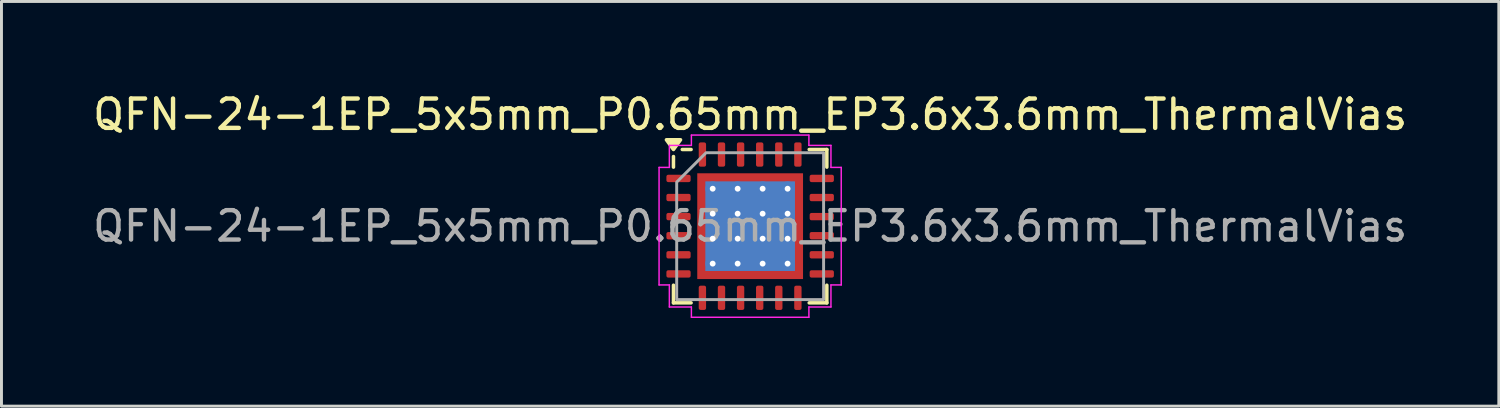
<source format=kicad_pcb>
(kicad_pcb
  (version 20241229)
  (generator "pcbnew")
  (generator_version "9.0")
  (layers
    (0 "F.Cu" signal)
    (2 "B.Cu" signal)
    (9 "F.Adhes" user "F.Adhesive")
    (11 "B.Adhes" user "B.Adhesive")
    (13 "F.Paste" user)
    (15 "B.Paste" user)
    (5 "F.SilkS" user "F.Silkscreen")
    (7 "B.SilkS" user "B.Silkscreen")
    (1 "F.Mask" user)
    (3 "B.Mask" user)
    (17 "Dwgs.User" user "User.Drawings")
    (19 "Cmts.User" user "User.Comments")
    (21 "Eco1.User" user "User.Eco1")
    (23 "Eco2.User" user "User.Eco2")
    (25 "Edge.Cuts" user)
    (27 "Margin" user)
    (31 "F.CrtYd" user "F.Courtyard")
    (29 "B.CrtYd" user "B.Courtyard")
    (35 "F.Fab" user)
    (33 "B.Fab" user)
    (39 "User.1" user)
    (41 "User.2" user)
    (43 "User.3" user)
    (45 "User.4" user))
  (footprint "QFN-24-1EP_5x5mm_P0.65mm_EP3.6x3.6mm_ThermalVias"
    (layer "F.Cu")
    (at 22.482 4.648)
    (property "Reference" "QFN-24-1EP_5x5mm_P0.65mm_EP3.6x3.6mm_ThermalVias" (at 0 -3.8 0) (layer "F.SilkS") (effects (font (size 1 1) (thickness 0.15))))
    (attr smd)
    (fp_line (start -2.61 -2.01) (end -2.61 -2.37) (stroke (width 0.12) (type solid)) (layer "F.SilkS"))
    (fp_line (start -2.61 2.61) (end -2.61 2.01) (stroke (width 0.12) (type solid)) (layer "F.SilkS"))
    (fp_line (start -2.01 -2.61) (end -2.31 -2.61) (stroke (width 0.12) (type solid)) (layer "F.SilkS"))
    (fp_line (start -2.01 2.61) (end -2.61 2.61) (stroke (width 0.12) (type solid)) (layer "F.SilkS"))
    (fp_line (start 2.01 -2.61) (end 2.61 -2.61) (stroke (width 0.12) (type solid)) (layer "F.SilkS"))
    (fp_line (start 2.01 2.61) (end 2.61 2.61) (stroke (width 0.12) (type solid)) (layer "F.SilkS"))
    (fp_line (start 2.61 -2.61) (end 2.61 -2.01) (stroke (width 0.12) (type solid)) (layer "F.SilkS"))
    (fp_line (start 2.61 2.61) (end 2.61 2.01) (stroke (width 0.12) (type solid)) (layer "F.SilkS"))
    (fp_poly (pts (xy -2.61 -2.61) (xy -2.85 -2.94) (xy -2.37 -2.94)) (stroke (width 0.12) (type solid)) (fill yes) (layer "F.SilkS"))
    (fp_line (start -3.1 -2) (end -2.75 -2) (stroke (width 0.05) (type solid)) (layer "F.CrtYd"))
    (fp_line (start -3.1 2) (end -3.1 -2) (stroke (width 0.05) (type solid)) (layer "F.CrtYd"))
    (fp_line (start -2.75 -2.75) (end -2 -2.75) (stroke (width 0.05) (type solid)) (layer "F.CrtYd"))
    (fp_line (start -2.75 -2) (end -2.75 -2.75) (stroke (width 0.05) (type solid)) (layer "F.CrtYd"))
    (fp_line (start -2.75 2) (end -3.1 2) (stroke (width 0.05) (type solid)) (layer "F.CrtYd"))
    (fp_line (start -2.75 2.75) (end -2.75 2) (stroke (width 0.05) (type solid)) (layer "F.CrtYd"))
    (fp_line (start -2 -3.1) (end 2 -3.1) (stroke (width 0.05) (type solid)) (layer "F.CrtYd"))
    (fp_line (start -2 -2.75) (end -2 -3.1) (stroke (width 0.05) (type solid)) (layer "F.CrtYd"))
    (fp_line (start -2 2.75) (end -2.75 2.75) (stroke (width 0.05) (type solid)) (layer "F.CrtYd"))
    (fp_line (start -2 3.1) (end -2 2.75) (stroke (width 0.05) (type solid)) (layer "F.CrtYd"))
    (fp_line (start 2 -3.1) (end 2 -2.75) (stroke (width 0.05) (type solid)) (layer "F.CrtYd"))
    (fp_line (start 2 -2.75) (end 2.75 -2.75) (stroke (width 0.05) (type solid)) (layer "F.CrtYd"))
    (fp_line (start 2 2.75) (end 2 3.1) (stroke (width 0.05) (type solid)) (layer "F.CrtYd"))
    (fp_line (start 2 3.1) (end -2 3.1) (stroke (width 0.05) (type solid)) (layer "F.CrtYd"))
    (fp_line (start 2.75 -2.75) (end 2.75 -2) (stroke (width 0.05) (type solid)) (layer "F.CrtYd"))
    (fp_line (start 2.75 -2) (end 3.1 -2) (stroke (width 0.05) (type solid)) (layer "F.CrtYd"))
    (fp_line (start 2.75 2) (end 2.75 2.75) (stroke (width 0.05) (type solid)) (layer "F.CrtYd"))
    (fp_line (start 2.75 2.75) (end 2 2.75) (stroke (width 0.05) (type solid)) (layer "F.CrtYd"))
    (fp_line (start 3.1 -2) (end 3.1 2) (stroke (width 0.05) (type solid)) (layer "F.CrtYd"))
    (fp_line (start 3.1 2) (end 2.75 2) (stroke (width 0.05) (type solid)) (layer "F.CrtYd"))
    (fp_poly (pts (xy -2.5 -1.5) (xy -2.5 2.5) (xy 2.5 2.5) (xy 2.5 -2.5) (xy -1.5 -2.5)) (stroke (width 0.1) (type solid)) (fill no) (layer "F.Fab"))
    (fp_text user "${REFERENCE}" (at 0 0 0) (layer "F.Fab") (effects (font (size 1 1) (thickness 0.15))))
    (pad "" smd roundrect (at -1.2 -1.2) (size 0.97 0.97) (layers "F.Paste") (roundrect_rratio 0.25))
    (pad "" smd roundrect (at -1.2 0) (size 0.97 0.97) (layers "F.Paste") (roundrect_rratio 0.25))
    (pad "" smd roundrect (at -1.2 1.2) (size 0.97 0.97) (layers "F.Paste") (roundrect_rratio 0.25))
    (pad "" smd roundrect (at 0 -1.2) (size 0.97 0.97) (layers "F.Paste") (roundrect_rratio 0.25))
    (pad "" smd roundrect (at 0 0) (size 0.97 0.97) (layers "F.Paste") (roundrect_rratio 0.25))
    (pad "" smd roundrect (at 0 1.2) (size 0.97 0.97) (layers "F.Paste") (roundrect_rratio 0.25))
    (pad "" smd roundrect (at 1.2 -1.2) (size 0.97 0.97) (layers "F.Paste") (roundrect_rratio 0.25))
    (pad "" smd roundrect (at 1.2 0) (size 0.97 0.97) (layers "F.Paste") (roundrect_rratio 0.25))
    (pad "" smd roundrect (at 1.2 1.2) (size 0.97 0.97) (layers "F.Paste") (roundrect_rratio 0.25))
    (pad "1" smd roundrect (at -2.438 -1.625) (size 0.825 0.25) (layers "F.Cu" "F.Mask" "F.Paste") (roundrect_rratio 0.25))
    (pad "2" smd roundrect (at -2.438 -0.975) (size 0.825 0.25) (layers "F.Cu" "F.Mask" "F.Paste") (roundrect_rratio 0.25))
    (pad "3" smd roundrect (at -2.438 -0.325) (size 0.825 0.25) (layers "F.Cu" "F.Mask" "F.Paste") (roundrect_rratio 0.25))
    (pad "4" smd roundrect (at -2.438 0.325) (size 0.825 0.25) (layers "F.Cu" "F.Mask" "F.Paste") (roundrect_rratio 0.25))
    (pad "5" smd roundrect (at -2.438 0.975) (size 0.825 0.25) (layers "F.Cu" "F.Mask" "F.Paste") (roundrect_rratio 0.25))
    (pad "6" smd roundrect (at -2.438 1.625) (size 0.825 0.25) (layers "F.Cu" "F.Mask" "F.Paste") (roundrect_rratio 0.25))
    (pad "7" smd roundrect (at -1.625 2.438) (size 0.25 0.825) (layers "F.Cu" "F.Mask" "F.Paste") (roundrect_rratio 0.25))
    (pad "8" smd roundrect (at -0.975 2.438) (size 0.25 0.825) (layers "F.Cu" "F.Mask" "F.Paste") (roundrect_rratio 0.25))
    (pad "9" smd roundrect (at -0.325 2.438) (size 0.25 0.825) (layers "F.Cu" "F.Mask" "F.Paste") (roundrect_rratio 0.25))
    (pad "10" smd roundrect (at 0.325 2.438) (size 0.25 0.825) (layers "F.Cu" "F.Mask" "F.Paste") (roundrect_rratio 0.25))
    (pad "11" smd roundrect (at 0.975 2.438) (size 0.25 0.825) (layers "F.Cu" "F.Mask" "F.Paste") (roundrect_rratio 0.25))
    (pad "12" smd roundrect (at 1.625 2.438) (size 0.25 0.825) (layers "F.Cu" "F.Mask" "F.Paste") (roundrect_rratio 0.25))
    (pad "13" smd roundrect (at 2.438 1.625) (size 0.825 0.25) (layers "F.Cu" "F.Mask" "F.Paste") (roundrect_rratio 0.25))
    (pad "14" smd roundrect (at 2.438 0.975) (size 0.825 0.25) (layers "F.Cu" "F.Mask" "F.Paste") (roundrect_rratio 0.25))
    (pad "15" smd roundrect (at 2.438 0.325) (size 0.825 0.25) (layers "F.Cu" "F.Mask" "F.Paste") (roundrect_rratio 0.25))
    (pad "16" smd roundrect (at 2.438 -0.325) (size 0.825 0.25) (layers "F.Cu" "F.Mask" "F.Paste") (roundrect_rratio 0.25))
    (pad "17" smd roundrect (at 2.438 -0.975) (size 0.825 0.25) (layers "F.Cu" "F.Mask" "F.Paste") (roundrect_rratio 0.25))
    (pad "18" smd roundrect (at 2.438 -1.625) (size 0.825 0.25) (layers "F.Cu" "F.Mask" "F.Paste") (roundrect_rratio 0.25))
    (pad "19" smd roundrect (at 1.625 -2.438) (size 0.25 0.825) (layers "F.Cu" "F.Mask" "F.Paste") (roundrect_rratio 0.25))
    (pad "20" smd roundrect (at 0.975 -2.438) (size 0.25 0.825) (layers "F.Cu" "F.Mask" "F.Paste") (roundrect_rratio 0.25))
    (pad "21" smd roundrect (at 0.325 -2.438) (size 0.25 0.825) (layers "F.Cu" "F.Mask" "F.Paste") (roundrect_rratio 0.25))
    (pad "22" smd roundrect (at -0.325 -2.438) (size 0.25 0.825) (layers "F.Cu" "F.Mask" "F.Paste") (roundrect_rratio 0.25))
    (pad "23" smd roundrect (at -0.975 -2.438) (size 0.25 0.825) (layers "F.Cu" "F.Mask" "F.Paste") (roundrect_rratio 0.25))
    (pad "24" smd roundrect (at -1.625 -2.438) (size 0.25 0.825) (layers "F.Cu" "F.Mask" "F.Paste") (roundrect_rratio 0.25))
    (pad "25" thru_hole circle (at -1.275 -1.275) (size 0.5 0.5) (drill 0.2) (property pad_prop_heatsink) (layers "*.Cu"))
    (pad "25" thru_hole circle (at -1.275 -0.425) (size 0.5 0.5) (drill 0.2) (property pad_prop_heatsink) (layers "*.Cu"))
    (pad "25" thru_hole circle (at -1.275 0.425) (size 0.5 0.5) (drill 0.2) (property pad_prop_heatsink) (layers "*.Cu"))
    (pad "25" thru_hole circle (at -1.275 1.275) (size 0.5 0.5) (drill 0.2) (property pad_prop_heatsink) (layers "*.Cu"))
    (pad "25" thru_hole circle (at -0.425 -1.275) (size 0.5 0.5) (drill 0.2) (property pad_prop_heatsink) (layers "*.Cu"))
    (pad "25" thru_hole circle (at -0.425 -0.425) (size 0.5 0.5) (drill 0.2) (property pad_prop_heatsink) (layers "*.Cu"))
    (pad "25" thru_hole circle (at -0.425 0.425) (size 0.5 0.5) (drill 0.2) (property pad_prop_heatsink) (layers "*.Cu"))
    (pad "25" thru_hole circle (at -0.425 1.275) (size 0.5 0.5) (drill 0.2) (property pad_prop_heatsink) (layers "*.Cu"))
    (pad "25" smd rect (at 0 0) (size 3.05 3.05) (property pad_prop_heatsink) (layers "B.Cu"))
    (pad "25" smd rect (at 0 0) (size 3.6 3.6) (property pad_prop_heatsink) (layers "F.Cu" "F.Mask"))
    (pad "25" thru_hole circle (at 0.425 -1.275) (size 0.5 0.5) (drill 0.2) (property pad_prop_heatsink) (layers "*.Cu"))
    (pad "25" thru_hole circle (at 0.425 -0.425) (size 0.5 0.5) (drill 0.2) (property pad_prop_heatsink) (layers "*.Cu"))
    (pad "25" thru_hole circle (at 0.425 0.425) (size 0.5 0.5) (drill 0.2) (property pad_prop_heatsink) (layers "*.Cu"))
    (pad "25" thru_hole circle (at 0.425 1.275) (size 0.5 0.5) (drill 0.2) (property pad_prop_heatsink) (layers "*.Cu"))
    (pad "25" thru_hole circle (at 1.275 -1.275) (size 0.5 0.5) (drill 0.2) (property pad_prop_heatsink) (layers "*.Cu"))
    (pad "25" thru_hole circle (at 1.275 -0.425) (size 0.5 0.5) (drill 0.2) (property pad_prop_heatsink) (layers "*.Cu"))
    (pad "25" thru_hole circle (at 1.275 0.425) (size 0.5 0.5) (drill 0.2) (property pad_prop_heatsink) (layers "*.Cu"))
    (pad "25" thru_hole circle (at 1.275 1.275) (size 0.5 0.5) (drill 0.2) (property pad_prop_heatsink) (layers "*.Cu")))
  (gr_rect
    (start -3 -3)
    (end 47.964 10.773)
    (stroke (width 0.1) (type default))
    (fill no)
    (layer "Edge.Cuts")))
</source>
